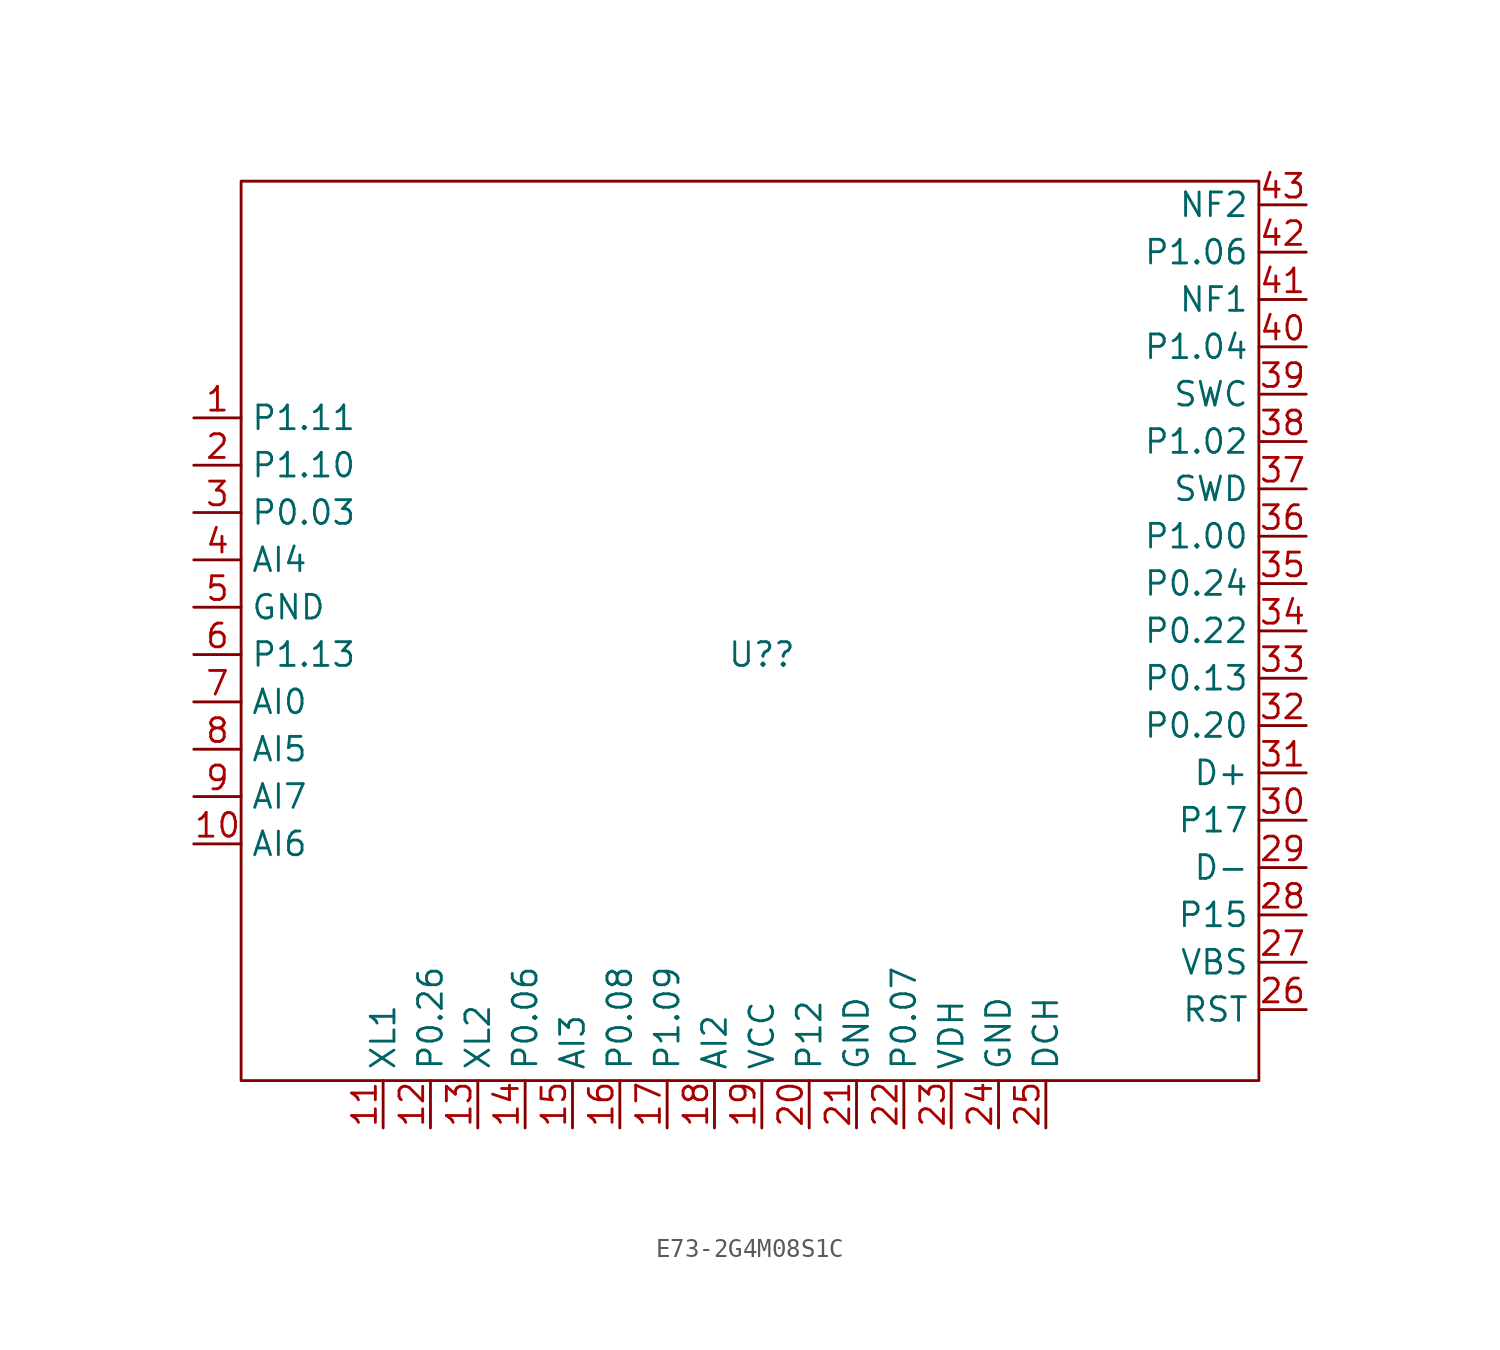
<source format=kicad_sym>
(kicad_symbol_lib
  (version 20231120)
  (generator "kicad_symbol_editor")
  (generator_version "8.0")
  (symbol "E73-2G4M08S1C"
    (property "Reference" "U?"
      (at 0 0 0)
      (effects (font (size 1.27 1.27))))
    (property "Value" ""
      (at 0 0 0)
      (effects (font (size 1.27 1.27))))
    (symbol "E73-2G4M08S1C_1_0"
      (rectangle (start -27.94 -22.86) (end 26.67 25.4) (stroke (width 0) (type default)) (fill (type none)))
      (pin unspecified line (at -30.48 12.7 0) (length 2.54) (name "P1.11" (effects (font (size 1.27 1.27)))) (number "1" (effects (font (size 1.27 1.27)))))
      (pin unspecified line (at -30.48 -10.16 0) (length 2.54) (name "AI6" (effects (font (size 1.27 1.27)))) (number "10" (effects (font (size 1.27 1.27)))))
      (pin unspecified line (at -20.32 -25.4 90) (length 2.54) (name "XL1" (effects (font (size 1.27 1.27)))) (number "11" (effects (font (size 1.27 1.27)))))
      (pin unspecified line (at -17.78 -25.4 90) (length 2.54) (name "P0.26" (effects (font (size 1.27 1.27)))) (number "12" (effects (font (size 1.27 1.27)))))
      (pin unspecified line (at -15.24 -25.4 90) (length 2.54) (name "XL2" (effects (font (size 1.27 1.27)))) (number "13" (effects (font (size 1.27 1.27)))))
      (pin unspecified line (at -12.7 -25.4 90) (length 2.54) (name "P0.06" (effects (font (size 1.27 1.27)))) (number "14" (effects (font (size 1.27 1.27)))))
      (pin unspecified line (at -10.16 -25.4 90) (length 2.54) (name "AI3" (effects (font (size 1.27 1.27)))) (number "15" (effects (font (size 1.27 1.27)))))
      (pin unspecified line (at -7.62 -25.4 90) (length 2.54) (name "P0.08" (effects (font (size 1.27 1.27)))) (number "16" (effects (font (size 1.27 1.27)))))
      (pin unspecified line (at -5.08 -25.4 90) (length 2.54) (name "P1.09" (effects (font (size 1.27 1.27)))) (number "17" (effects (font (size 1.27 1.27)))))
      (pin unspecified line (at -2.54 -25.4 90) (length 2.54) (name "AI2" (effects (font (size 1.27 1.27)))) (number "18" (effects (font (size 1.27 1.27)))))
      (pin unspecified line (at 0 -25.4 90) (length 2.54) (name "VCC" (effects (font (size 1.27 1.27)))) (number "19" (effects (font (size 1.27 1.27)))))
      (pin unspecified line (at -30.48 10.16 0) (length 2.54) (name "P1.10" (effects (font (size 1.27 1.27)))) (number "2" (effects (font (size 1.27 1.27)))))
      (pin unspecified line (at 2.54 -25.4 90) (length 2.54) (name "P12" (effects (font (size 1.27 1.27)))) (number "20" (effects (font (size 1.27 1.27)))))
      (pin unspecified line (at 5.08 -25.4 90) (length 2.54) (name "GND" (effects (font (size 1.27 1.27)))) (number "21" (effects (font (size 1.27 1.27)))))
      (pin unspecified line (at 7.62 -25.4 90) (length 2.54) (name "P0.07" (effects (font (size 1.27 1.27)))) (number "22" (effects (font (size 1.27 1.27)))))
      (pin unspecified line (at 10.16 -25.4 90) (length 2.54) (name "VDH" (effects (font (size 1.27 1.27)))) (number "23" (effects (font (size 1.27 1.27)))))
      (pin unspecified line (at 12.7 -25.4 90) (length 2.54) (name "GND" (effects (font (size 1.27 1.27)))) (number "24" (effects (font (size 1.27 1.27)))))
      (pin unspecified line (at 15.24 -25.4 90) (length 2.54) (name "DCH" (effects (font (size 1.27 1.27)))) (number "25" (effects (font (size 1.27 1.27)))))
      (pin unspecified line (at 29.21 -19.05 180) (length 2.54) (name "RST" (effects (font (size 1.27 1.27)))) (number "26" (effects (font (size 1.27 1.27)))))
      (pin unspecified line (at 29.21 -16.51 180) (length 2.54) (name "VBS" (effects (font (size 1.27 1.27)))) (number "27" (effects (font (size 1.27 1.27)))))
      (pin unspecified line (at 29.21 -13.97 180) (length 2.54) (name "P15" (effects (font (size 1.27 1.27)))) (number "28" (effects (font (size 1.27 1.27)))))
      (pin unspecified line (at 29.21 -11.43 180) (length 2.54) (name "D-" (effects (font (size 1.27 1.27)))) (number "29" (effects (font (size 1.27 1.27)))))
      (pin unspecified line (at -30.48 7.62 0) (length 2.54) (name "P0.03" (effects (font (size 1.27 1.27)))) (number "3" (effects (font (size 1.27 1.27)))))
      (pin unspecified line (at 29.21 -8.89 180) (length 2.54) (name "P17" (effects (font (size 1.27 1.27)))) (number "30" (effects (font (size 1.27 1.27)))))
      (pin unspecified line (at 29.21 -6.35 180) (length 2.54) (name "D+" (effects (font (size 1.27 1.27)))) (number "31" (effects (font (size 1.27 1.27)))))
      (pin unspecified line (at 29.21 -3.81 180) (length 2.54) (name "P0.20" (effects (font (size 1.27 1.27)))) (number "32" (effects (font (size 1.27 1.27)))))
      (pin unspecified line (at 29.21 -1.27 180) (length 2.54) (name "P0.13" (effects (font (size 1.27 1.27)))) (number "33" (effects (font (size 1.27 1.27)))))
      (pin unspecified line (at 29.21 1.27 180) (length 2.54) (name "P0.22" (effects (font (size 1.27 1.27)))) (number "34" (effects (font (size 1.27 1.27)))))
      (pin unspecified line (at 29.21 3.81 180) (length 2.54) (name "P0.24" (effects (font (size 1.27 1.27)))) (number "35" (effects (font (size 1.27 1.27)))))
      (pin unspecified line (at 29.21 6.35 180) (length 2.54) (name "P1.00" (effects (font (size 1.27 1.27)))) (number "36" (effects (font (size 1.27 1.27)))))
      (pin unspecified line (at 29.21 8.89 180) (length 2.54) (name "SWD" (effects (font (size 1.27 1.27)))) (number "37" (effects (font (size 1.27 1.27)))))
      (pin unspecified line (at 29.21 11.43 180) (length 2.54) (name "P1.02" (effects (font (size 1.27 1.27)))) (number "38" (effects (font (size 1.27 1.27)))))
      (pin unspecified line (at 29.21 13.97 180) (length 2.54) (name "SWC" (effects (font (size 1.27 1.27)))) (number "39" (effects (font (size 1.27 1.27)))))
      (pin unspecified line (at -30.48 5.08 0) (length 2.54) (name "AI4" (effects (font (size 1.27 1.27)))) (number "4" (effects (font (size 1.27 1.27)))))
      (pin unspecified line (at 29.21 16.51 180) (length 2.54) (name "P1.04" (effects (font (size 1.27 1.27)))) (number "40" (effects (font (size 1.27 1.27)))))
      (pin unspecified line (at 29.21 19.05 180) (length 2.54) (name "NF1" (effects (font (size 1.27 1.27)))) (number "41" (effects (font (size 1.27 1.27)))))
      (pin unspecified line (at 29.21 21.59 180) (length 2.54) (name "P1.06" (effects (font (size 1.27 1.27)))) (number "42" (effects (font (size 1.27 1.27)))))
      (pin unspecified line (at 29.21 24.13 180) (length 2.54) (name "NF2" (effects (font (size 1.27 1.27)))) (number "43" (effects (font (size 1.27 1.27)))))
      (pin unspecified line (at -30.48 2.54 0) (length 2.54) (name "GND" (effects (font (size 1.27 1.27)))) (number "5" (effects (font (size 1.27 1.27)))))
      (pin unspecified line (at -30.48 0 0) (length 2.54) (name "P1.13" (effects (font (size 1.27 1.27)))) (number "6" (effects (font (size 1.27 1.27)))))
      (pin unspecified line (at -30.48 -2.54 0) (length 2.54) (name "AI0" (effects (font (size 1.27 1.27)))) (number "7" (effects (font (size 1.27 1.27)))))
      (pin unspecified line (at -30.48 -5.08 0) (length 2.54) (name "AI5" (effects (font (size 1.27 1.27)))) (number "8" (effects (font (size 1.27 1.27)))))
      (pin unspecified line (at -30.48 -7.62 0) (length 2.54) (name "AI7" (effects (font (size 1.27 1.27)))) (number "9" (effects (font (size 1.27 1.27))))))))
</source>
